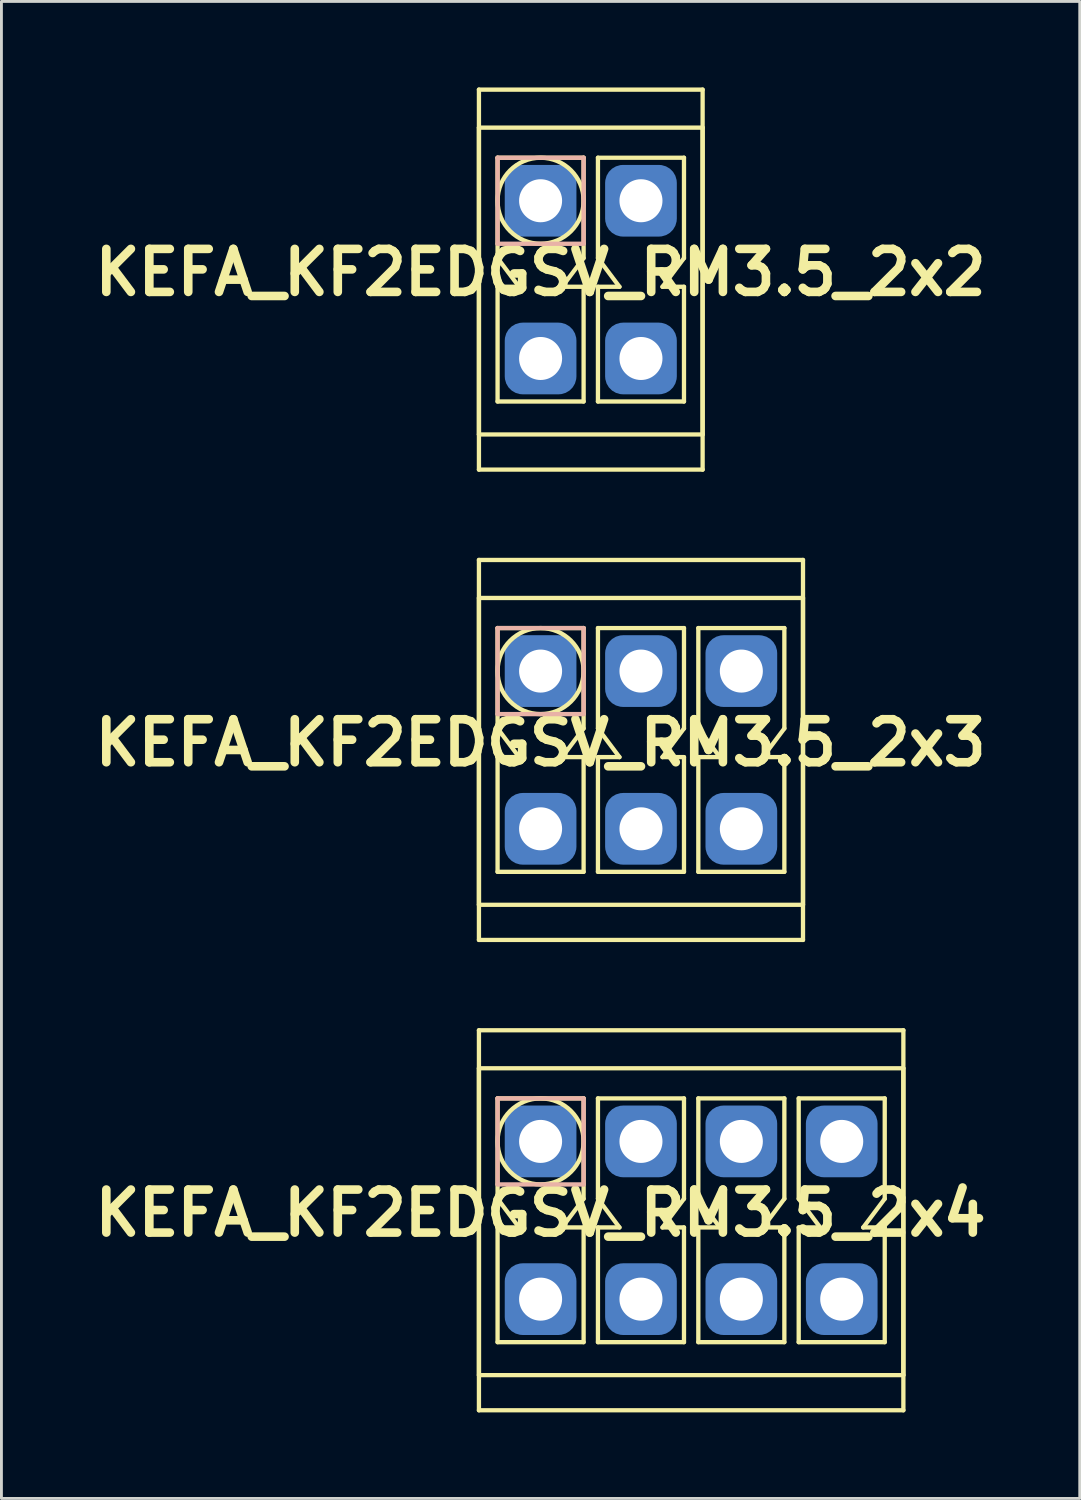
<source format=kicad_pcb>
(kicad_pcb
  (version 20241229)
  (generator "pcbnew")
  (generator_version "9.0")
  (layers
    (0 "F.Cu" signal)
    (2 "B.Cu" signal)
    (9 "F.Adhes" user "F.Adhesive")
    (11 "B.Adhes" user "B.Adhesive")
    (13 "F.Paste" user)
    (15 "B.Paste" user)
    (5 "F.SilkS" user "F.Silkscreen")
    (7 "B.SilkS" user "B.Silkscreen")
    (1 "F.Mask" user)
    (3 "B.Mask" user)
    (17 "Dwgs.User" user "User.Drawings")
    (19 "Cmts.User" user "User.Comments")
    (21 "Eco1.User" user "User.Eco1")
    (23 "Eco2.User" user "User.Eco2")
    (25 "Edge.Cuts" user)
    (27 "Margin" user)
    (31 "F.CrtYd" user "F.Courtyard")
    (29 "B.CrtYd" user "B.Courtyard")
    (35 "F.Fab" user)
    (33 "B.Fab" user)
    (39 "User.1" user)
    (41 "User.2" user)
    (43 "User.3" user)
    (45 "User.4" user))
  (footprint "KEFA_KF2EDGSV_RM3.5_2x3"
    (layer "F.Cu")
    (at 15.8 20.35)
    (property "Reference" "KEFA_KF2EDGSV_RM3.5_2x3" (at 0 2.5 0) (layer "F.SilkS") (effects (font (size 1.5 1.5) (thickness 0.3))))
    (attr through_hole)
    (fp_line (start -2.15 -3.875) (end 9.15 -3.875) (stroke (width 0.15) (type solid)) (layer "F.SilkS"))
    (fp_line (start -2.15 -2.55) (end 9.15 -2.55) (stroke (width 0.15) (type solid)) (layer "F.SilkS"))
    (fp_line (start -2.15 8.15) (end -2.15 -2.55) (stroke (width 0.15) (type solid)) (layer "F.SilkS"))
    (fp_line (start -2.15 9.375) (end -2.15 -3.875) (stroke (width 0.15) (type solid)) (layer "F.SilkS"))
    (fp_line (start -1.5 -1.5) (end -1.5 2) (stroke (width 0.15) (type solid)) (layer "F.SilkS"))
    (fp_line (start -1.5 -1.5) (end 1.5 -1.5) (stroke (width 0.15) (type solid)) (layer "F.SilkS"))
    (fp_line (start -1.5 2) (end -0.75 3) (stroke (width 0.15) (type solid)) (layer "F.SilkS"))
    (fp_line (start -1.5 3) (end -1.5 7) (stroke (width 0.15) (type solid)) (layer "F.SilkS"))
    (fp_line (start -1.5 7) (end 1.5 7) (stroke (width 0.15) (type solid)) (layer "F.SilkS"))
    (fp_line (start -0.75 3) (end -1.5 3) (stroke (width 0.15) (type solid)) (layer "F.SilkS"))
    (fp_line (start 0.75 3) (end 1.5 3) (stroke (width 0.15) (type solid)) (layer "F.SilkS"))
    (fp_line (start 1.5 -1.5) (end 1.5 2) (stroke (width 0.15) (type solid)) (layer "F.SilkS"))
    (fp_line (start 1.5 2) (end 0.75 3) (stroke (width 0.15) (type solid)) (layer "F.SilkS"))
    (fp_line (start 1.5 3) (end 1.5 7) (stroke (width 0.15) (type solid)) (layer "F.SilkS"))
    (fp_line (start 2 -1.5) (end 2 2) (stroke (width 0.15) (type solid)) (layer "F.SilkS"))
    (fp_line (start 2 -1.5) (end 5 -1.5) (stroke (width 0.15) (type solid)) (layer "F.SilkS"))
    (fp_line (start 2 2) (end 2.75 3) (stroke (width 0.15) (type solid)) (layer "F.SilkS"))
    (fp_line (start 2 3) (end 2 7) (stroke (width 0.15) (type solid)) (layer "F.SilkS"))
    (fp_line (start 2 7) (end 5 7) (stroke (width 0.15) (type solid)) (layer "F.SilkS"))
    (fp_line (start 2.75 3) (end 2 3) (stroke (width 0.15) (type solid)) (layer "F.SilkS"))
    (fp_line (start 4.25 3) (end 5 3) (stroke (width 0.15) (type solid)) (layer "F.SilkS"))
    (fp_line (start 5 -1.5) (end 5 2) (stroke (width 0.15) (type solid)) (layer "F.SilkS"))
    (fp_line (start 5 2) (end 4.25 3) (stroke (width 0.15) (type solid)) (layer "F.SilkS"))
    (fp_line (start 5 3) (end 5 7) (stroke (width 0.15) (type solid)) (layer "F.SilkS"))
    (fp_line (start 5.5 -1.5) (end 5.5 2) (stroke (width 0.15) (type solid)) (layer "F.SilkS"))
    (fp_line (start 5.5 -1.5) (end 8.5 -1.5) (stroke (width 0.15) (type solid)) (layer "F.SilkS"))
    (fp_line (start 5.5 2) (end 6.25 3) (stroke (width 0.15) (type solid)) (layer "F.SilkS"))
    (fp_line (start 5.5 3) (end 5.5 7) (stroke (width 0.15) (type solid)) (layer "F.SilkS"))
    (fp_line (start 5.5 7) (end 8.5 7) (stroke (width 0.15) (type solid)) (layer "F.SilkS"))
    (fp_line (start 6.25 3) (end 5.5 3) (stroke (width 0.15) (type solid)) (layer "F.SilkS"))
    (fp_line (start 7.75 3) (end 8.5 3) (stroke (width 0.15) (type solid)) (layer "F.SilkS"))
    (fp_line (start 8.5 -1.5) (end 8.5 2) (stroke (width 0.15) (type solid)) (layer "F.SilkS"))
    (fp_line (start 8.5 2) (end 7.75 3) (stroke (width 0.15) (type solid)) (layer "F.SilkS"))
    (fp_line (start 8.5 3) (end 8.5 7) (stroke (width 0.15) (type solid)) (layer "F.SilkS"))
    (fp_line (start 9.15 -3.875) (end 9.15 9.375) (stroke (width 0.15) (type solid)) (layer "F.SilkS"))
    (fp_line (start 9.15 -2.55) (end 9.15 8.15) (stroke (width 0.15) (type solid)) (layer "F.SilkS"))
    (fp_line (start 9.15 8.15) (end -2.15 8.15) (stroke (width 0.15) (type solid)) (layer "F.SilkS"))
    (fp_line (start 9.15 9.375) (end -2.15 9.375) (stroke (width 0.15) (type solid)) (layer "F.SilkS"))
    (fp_circle (center 0 0) (end 1.5 0) (stroke (width 0.15) (type solid)) (fill no) (layer "F.SilkS"))
    (fp_line (start -1.5 -1.5) (end 1.5 -1.5) (stroke (width 0.15) (type solid)) (layer "B.SilkS"))
    (fp_line (start -1.5 1.5) (end -1.5 -1.5) (stroke (width 0.15) (type solid)) (layer "B.SilkS"))
    (fp_line (start 1.5 -1.5) (end 1.5 1.5) (stroke (width 0.15) (type solid)) (layer "B.SilkS"))
    (fp_line (start 1.5 1.5) (end -1.5 1.5) (stroke (width 0.15) (type solid)) (layer "B.SilkS"))
    (pad "1" thru_hole circle (at 0 0) (size 1.8 1.8) (drill 1.5) (layers "*.Cu" "*.Mask"))
    (pad "1" smd roundrect (at 0 0) (size 2.5 2.5) (layers "B.Cu" "B.Mask") (roundrect_rratio 0.25))
    (pad "2" thru_hole circle (at 3.5 0) (size 1.8 1.8) (drill 1.5) (layers "*.Cu" "*.Mask"))
    (pad "2" smd roundrect (at 3.5 0) (size 2.5 2.5) (layers "B.Cu" "B.Mask") (roundrect_rratio 0.25))
    (pad "3" thru_hole circle (at 7 0) (size 1.8 1.8) (drill 1.5) (layers "*.Cu" "*.Mask"))
    (pad "3" smd roundrect (at 7 0) (size 2.5 2.5) (layers "B.Cu" "B.Mask") (roundrect_rratio 0.25))
    (pad "4" thru_hole circle (at 0 5.5) (size 1.8 1.8) (drill 1.5) (layers "*.Cu" "*.Mask"))
    (pad "4" smd roundrect (at 0 5.5) (size 2.5 2.5) (layers "B.Cu" "B.Mask") (roundrect_rratio 0.25))
    (pad "5" thru_hole circle (at 3.5 5.5) (size 1.8 1.8) (drill 1.5) (layers "*.Cu" "*.Mask"))
    (pad "5" smd roundrect (at 3.5 5.5) (size 2.5 2.5) (layers "B.Cu" "B.Mask") (roundrect_rratio 0.25))
    (pad "6" thru_hole circle (at 7 5.5) (size 1.8 1.8) (drill 1.5) (layers "*.Cu" "*.Mask"))
    (pad "6" smd roundrect (at 7 5.5) (size 2.5 2.5) (layers "B.Cu" "B.Mask") (roundrect_rratio 0.25)))
  (footprint "KEFA_KF2EDGSV_RM3.5_2x2"
    (layer "F.Cu")
    (at 15.8 3.95)
    (property "Reference" "KEFA_KF2EDGSV_RM3.5_2x2" (at 0 2.5 0) (layer "F.SilkS") (effects (font (size 1.5 1.5) (thickness 0.3))))
    (attr through_hole)
    (fp_line (start -2.15 -3.875) (end 5.65 -3.875) (stroke (width 0.15) (type solid)) (layer "F.SilkS"))
    (fp_line (start -2.15 -2.55) (end 5.65 -2.55) (stroke (width 0.15) (type solid)) (layer "F.SilkS"))
    (fp_line (start -2.15 8.15) (end -2.15 -2.55) (stroke (width 0.15) (type solid)) (layer "F.SilkS"))
    (fp_line (start -2.15 9.375) (end -2.15 -3.875) (stroke (width 0.15) (type solid)) (layer "F.SilkS"))
    (fp_line (start -1.5 -1.5) (end -1.5 2) (stroke (width 0.15) (type solid)) (layer "F.SilkS"))
    (fp_line (start -1.5 -1.5) (end 1.5 -1.5) (stroke (width 0.15) (type solid)) (layer "F.SilkS"))
    (fp_line (start -1.5 2) (end -0.75 3) (stroke (width 0.15) (type solid)) (layer "F.SilkS"))
    (fp_line (start -1.5 3) (end -1.5 7) (stroke (width 0.15) (type solid)) (layer "F.SilkS"))
    (fp_line (start -1.5 7) (end 1.5 7) (stroke (width 0.15) (type solid)) (layer "F.SilkS"))
    (fp_line (start -0.75 3) (end -1.5 3) (stroke (width 0.15) (type solid)) (layer "F.SilkS"))
    (fp_line (start 0.75 3) (end 1.5 3) (stroke (width 0.15) (type solid)) (layer "F.SilkS"))
    (fp_line (start 1.5 -1.5) (end 1.5 2) (stroke (width 0.15) (type solid)) (layer "F.SilkS"))
    (fp_line (start 1.5 2) (end 0.75 3) (stroke (width 0.15) (type solid)) (layer "F.SilkS"))
    (fp_line (start 1.5 3) (end 1.5 7) (stroke (width 0.15) (type solid)) (layer "F.SilkS"))
    (fp_line (start 2 -1.5) (end 2 2) (stroke (width 0.15) (type solid)) (layer "F.SilkS"))
    (fp_line (start 2 -1.5) (end 5 -1.5) (stroke (width 0.15) (type solid)) (layer "F.SilkS"))
    (fp_line (start 2 2) (end 2.75 3) (stroke (width 0.15) (type solid)) (layer "F.SilkS"))
    (fp_line (start 2 3) (end 2 7) (stroke (width 0.15) (type solid)) (layer "F.SilkS"))
    (fp_line (start 2 7) (end 5 7) (stroke (width 0.15) (type solid)) (layer "F.SilkS"))
    (fp_line (start 2.75 3) (end 2 3) (stroke (width 0.15) (type solid)) (layer "F.SilkS"))
    (fp_line (start 4.25 3) (end 5 3) (stroke (width 0.15) (type solid)) (layer "F.SilkS"))
    (fp_line (start 5 -1.5) (end 5 2) (stroke (width 0.15) (type solid)) (layer "F.SilkS"))
    (fp_line (start 5 2) (end 4.25 3) (stroke (width 0.15) (type solid)) (layer "F.SilkS"))
    (fp_line (start 5 3) (end 5 7) (stroke (width 0.15) (type solid)) (layer "F.SilkS"))
    (fp_line (start 5.65 -3.875) (end 5.65 9.375) (stroke (width 0.15) (type solid)) (layer "F.SilkS"))
    (fp_line (start 5.65 -2.55) (end 5.65 8.15) (stroke (width 0.15) (type solid)) (layer "F.SilkS"))
    (fp_line (start 5.65 8.15) (end -2.15 8.15) (stroke (width 0.15) (type solid)) (layer "F.SilkS"))
    (fp_line (start 5.65 9.375) (end -2.15 9.375) (stroke (width 0.15) (type solid)) (layer "F.SilkS"))
    (fp_circle (center 0 0) (end 1.5 0) (stroke (width 0.15) (type solid)) (fill no) (layer "F.SilkS"))
    (fp_line (start -1.5 -1.5) (end 1.5 -1.5) (stroke (width 0.15) (type solid)) (layer "B.SilkS"))
    (fp_line (start -1.5 1.5) (end -1.5 -1.5) (stroke (width 0.15) (type solid)) (layer "B.SilkS"))
    (fp_line (start 1.5 -1.5) (end 1.5 1.5) (stroke (width 0.15) (type solid)) (layer "B.SilkS"))
    (fp_line (start 1.5 1.5) (end -1.5 1.5) (stroke (width 0.15) (type solid)) (layer "B.SilkS"))
    (pad "1" thru_hole circle (at 0 0) (size 1.8 1.8) (drill 1.5) (layers "*.Cu" "*.Mask"))
    (pad "1" smd roundrect (at 0 0) (size 2.5 2.5) (layers "B.Cu" "B.Mask") (roundrect_rratio 0.25))
    (pad "2" thru_hole circle (at 3.5 0) (size 1.8 1.8) (drill 1.5) (layers "*.Cu" "*.Mask"))
    (pad "2" smd roundrect (at 3.5 0) (size 2.5 2.5) (layers "B.Cu" "B.Mask") (roundrect_rratio 0.25))
    (pad "3" thru_hole circle (at 0 5.5) (size 1.8 1.8) (drill 1.5) (layers "*.Cu" "*.Mask"))
    (pad "3" smd roundrect (at 0 5.5) (size 2.5 2.5) (layers "B.Cu" "B.Mask") (roundrect_rratio 0.25))
    (pad "4" thru_hole circle (at 3.5 5.5) (size 1.8 1.8) (drill 1.5) (layers "*.Cu" "*.Mask"))
    (pad "4" smd roundrect (at 3.5 5.5) (size 2.5 2.5) (layers "B.Cu" "B.Mask") (roundrect_rratio 0.25)))
  (footprint "KEFA_KF2EDGSV_RM3.5_2x4"
    (layer "F.Cu")
    (at 15.8 36.75)
    (property "Reference" "KEFA_KF2EDGSV_RM3.5_2x4" (at 0 2.5 0) (layer "F.SilkS") (effects (font (size 1.5 1.5) (thickness 0.3))))
    (attr through_hole)
    (fp_line (start -2.15 -3.875) (end 12.65 -3.875) (stroke (width 0.15) (type solid)) (layer "F.SilkS"))
    (fp_line (start -2.15 -2.55) (end 12.65 -2.55) (stroke (width 0.15) (type solid)) (layer "F.SilkS"))
    (fp_line (start -2.15 8.15) (end -2.15 -2.55) (stroke (width 0.15) (type solid)) (layer "F.SilkS"))
    (fp_line (start -2.15 9.375) (end -2.15 -3.875) (stroke (width 0.15) (type solid)) (layer "F.SilkS"))
    (fp_line (start -1.5 -1.5) (end -1.5 2) (stroke (width 0.15) (type solid)) (layer "F.SilkS"))
    (fp_line (start -1.5 -1.5) (end 1.5 -1.5) (stroke (width 0.15) (type solid)) (layer "F.SilkS"))
    (fp_line (start -1.5 2) (end -0.75 3) (stroke (width 0.15) (type solid)) (layer "F.SilkS"))
    (fp_line (start -1.5 3) (end -1.5 7) (stroke (width 0.15) (type solid)) (layer "F.SilkS"))
    (fp_line (start -1.5 7) (end 1.5 7) (stroke (width 0.15) (type solid)) (layer "F.SilkS"))
    (fp_line (start -0.75 3) (end -1.5 3) (stroke (width 0.15) (type solid)) (layer "F.SilkS"))
    (fp_line (start 0.75 3) (end 1.5 3) (stroke (width 0.15) (type solid)) (layer "F.SilkS"))
    (fp_line (start 1.5 -1.5) (end 1.5 2) (stroke (width 0.15) (type solid)) (layer "F.SilkS"))
    (fp_line (start 1.5 2) (end 0.75 3) (stroke (width 0.15) (type solid)) (layer "F.SilkS"))
    (fp_line (start 1.5 3) (end 1.5 7) (stroke (width 0.15) (type solid)) (layer "F.SilkS"))
    (fp_line (start 2 -1.5) (end 2 2) (stroke (width 0.15) (type solid)) (layer "F.SilkS"))
    (fp_line (start 2 -1.5) (end 5 -1.5) (stroke (width 0.15) (type solid)) (layer "F.SilkS"))
    (fp_line (start 2 2) (end 2.75 3) (stroke (width 0.15) (type solid)) (layer "F.SilkS"))
    (fp_line (start 2 3) (end 2 7) (stroke (width 0.15) (type solid)) (layer "F.SilkS"))
    (fp_line (start 2 7) (end 5 7) (stroke (width 0.15) (type solid)) (layer "F.SilkS"))
    (fp_line (start 2.75 3) (end 2 3) (stroke (width 0.15) (type solid)) (layer "F.SilkS"))
    (fp_line (start 4.25 3) (end 5 3) (stroke (width 0.15) (type solid)) (layer "F.SilkS"))
    (fp_line (start 5 -1.5) (end 5 2) (stroke (width 0.15) (type solid)) (layer "F.SilkS"))
    (fp_line (start 5 2) (end 4.25 3) (stroke (width 0.15) (type solid)) (layer "F.SilkS"))
    (fp_line (start 5 3) (end 5 7) (stroke (width 0.15) (type solid)) (layer "F.SilkS"))
    (fp_line (start 5.5 -1.5) (end 5.5 2) (stroke (width 0.15) (type solid)) (layer "F.SilkS"))
    (fp_line (start 5.5 -1.5) (end 8.5 -1.5) (stroke (width 0.15) (type solid)) (layer "F.SilkS"))
    (fp_line (start 5.5 2) (end 6.25 3) (stroke (width 0.15) (type solid)) (layer "F.SilkS"))
    (fp_line (start 5.5 3) (end 5.5 7) (stroke (width 0.15) (type solid)) (layer "F.SilkS"))
    (fp_line (start 5.5 7) (end 8.5 7) (stroke (width 0.15) (type solid)) (layer "F.SilkS"))
    (fp_line (start 6.25 3) (end 5.5 3) (stroke (width 0.15) (type solid)) (layer "F.SilkS"))
    (fp_line (start 7.75 3) (end 8.5 3) (stroke (width 0.15) (type solid)) (layer "F.SilkS"))
    (fp_line (start 8.5 -1.5) (end 8.5 2) (stroke (width 0.15) (type solid)) (layer "F.SilkS"))
    (fp_line (start 8.5 2) (end 7.75 3) (stroke (width 0.15) (type solid)) (layer "F.SilkS"))
    (fp_line (start 8.5 3) (end 8.5 7) (stroke (width 0.15) (type solid)) (layer "F.SilkS"))
    (fp_line (start 9 -1.5) (end 9 2) (stroke (width 0.15) (type solid)) (layer "F.SilkS"))
    (fp_line (start 9 -1.5) (end 12 -1.5) (stroke (width 0.15) (type solid)) (layer "F.SilkS"))
    (fp_line (start 9 2) (end 9.75 3) (stroke (width 0.15) (type solid)) (layer "F.SilkS"))
    (fp_line (start 9 3) (end 9 7) (stroke (width 0.15) (type solid)) (layer "F.SilkS"))
    (fp_line (start 9 7) (end 12 7) (stroke (width 0.15) (type solid)) (layer "F.SilkS"))
    (fp_line (start 9.75 3) (end 9 3) (stroke (width 0.15) (type solid)) (layer "F.SilkS"))
    (fp_line (start 11.25 3) (end 12 3) (stroke (width 0.15) (type solid)) (layer "F.SilkS"))
    (fp_line (start 12 -1.5) (end 12 2) (stroke (width 0.15) (type solid)) (layer "F.SilkS"))
    (fp_line (start 12 2) (end 11.25 3) (stroke (width 0.15) (type solid)) (layer "F.SilkS"))
    (fp_line (start 12 3) (end 12 7) (stroke (width 0.15) (type solid)) (layer "F.SilkS"))
    (fp_line (start 12.65 -3.875) (end 12.65 9.375) (stroke (width 0.15) (type solid)) (layer "F.SilkS"))
    (fp_line (start 12.65 -2.55) (end 12.65 8.15) (stroke (width 0.15) (type solid)) (layer "F.SilkS"))
    (fp_line (start 12.65 8.15) (end -2.15 8.15) (stroke (width 0.15) (type solid)) (layer "F.SilkS"))
    (fp_line (start 12.65 9.375) (end -2.15 9.375) (stroke (width 0.15) (type solid)) (layer "F.SilkS"))
    (fp_circle (center 0 0) (end 1.5 0) (stroke (width 0.15) (type solid)) (fill no) (layer "F.SilkS"))
    (fp_line (start -1.5 -1.5) (end 1.5 -1.5) (stroke (width 0.15) (type solid)) (layer "B.SilkS"))
    (fp_line (start -1.5 1.5) (end -1.5 -1.5) (stroke (width 0.15) (type solid)) (layer "B.SilkS"))
    (fp_line (start 1.5 -1.5) (end 1.5 1.5) (stroke (width 0.15) (type solid)) (layer "B.SilkS"))
    (fp_line (start 1.5 1.5) (end -1.5 1.5) (stroke (width 0.15) (type solid)) (layer "B.SilkS"))
    (pad "1" thru_hole circle (at 0 0) (size 1.8 1.8) (drill 1.5) (layers "*.Cu" "*.Mask"))
    (pad "1" smd roundrect (at 0 0) (size 2.5 2.5) (layers "B.Cu" "B.Mask") (roundrect_rratio 0.25))
    (pad "2" thru_hole circle (at 3.5 0) (size 1.8 1.8) (drill 1.5) (layers "*.Cu" "*.Mask"))
    (pad "2" smd roundrect (at 3.5 0) (size 2.5 2.5) (layers "B.Cu" "B.Mask") (roundrect_rratio 0.25))
    (pad "3" thru_hole circle (at 7 0) (size 1.8 1.8) (drill 1.5) (layers "*.Cu" "*.Mask"))
    (pad "3" smd roundrect (at 7 0) (size 2.5 2.5) (layers "B.Cu" "B.Mask") (roundrect_rratio 0.25))
    (pad "4" thru_hole circle (at 10.5 0) (size 1.8 1.8) (drill 1.5) (layers "*.Cu" "*.Mask"))
    (pad "4" smd roundrect (at 10.5 0) (size 2.5 2.5) (layers "B.Cu" "B.Mask") (roundrect_rratio 0.25))
    (pad "5" thru_hole circle (at 0 5.5) (size 1.8 1.8) (drill 1.5) (layers "*.Cu" "*.Mask"))
    (pad "5" smd roundrect (at 0 5.5) (size 2.5 2.5) (layers "B.Cu" "B.Mask") (roundrect_rratio 0.25))
    (pad "6" thru_hole circle (at 3.5 5.5) (size 1.8 1.8) (drill 1.5) (layers "*.Cu" "*.Mask"))
    (pad "6" smd roundrect (at 3.5 5.5) (size 2.5 2.5) (layers "B.Cu" "B.Mask") (roundrect_rratio 0.25))
    (pad "7" thru_hole circle (at 7 5.5) (size 1.8 1.8) (drill 1.5) (layers "*.Cu" "*.Mask"))
    (pad "7" smd roundrect (at 7 5.5) (size 2.5 2.5) (layers "B.Cu" "B.Mask") (roundrect_rratio 0.25))
    (pad "8" thru_hole circle (at 10.5 5.5) (size 1.8 1.8) (drill 1.5) (layers "*.Cu" "*.Mask"))
    (pad "8" smd roundrect (at 10.5 5.5) (size 2.5 2.5) (layers "B.Cu" "B.Mask") (roundrect_rratio 0.25)))
  (gr_rect
    (start -3 -3)
    (end 34.6 49.2)
    (stroke (width 0.1) (type default))
    (fill no)
    (layer "Edge.Cuts")))
</source>
